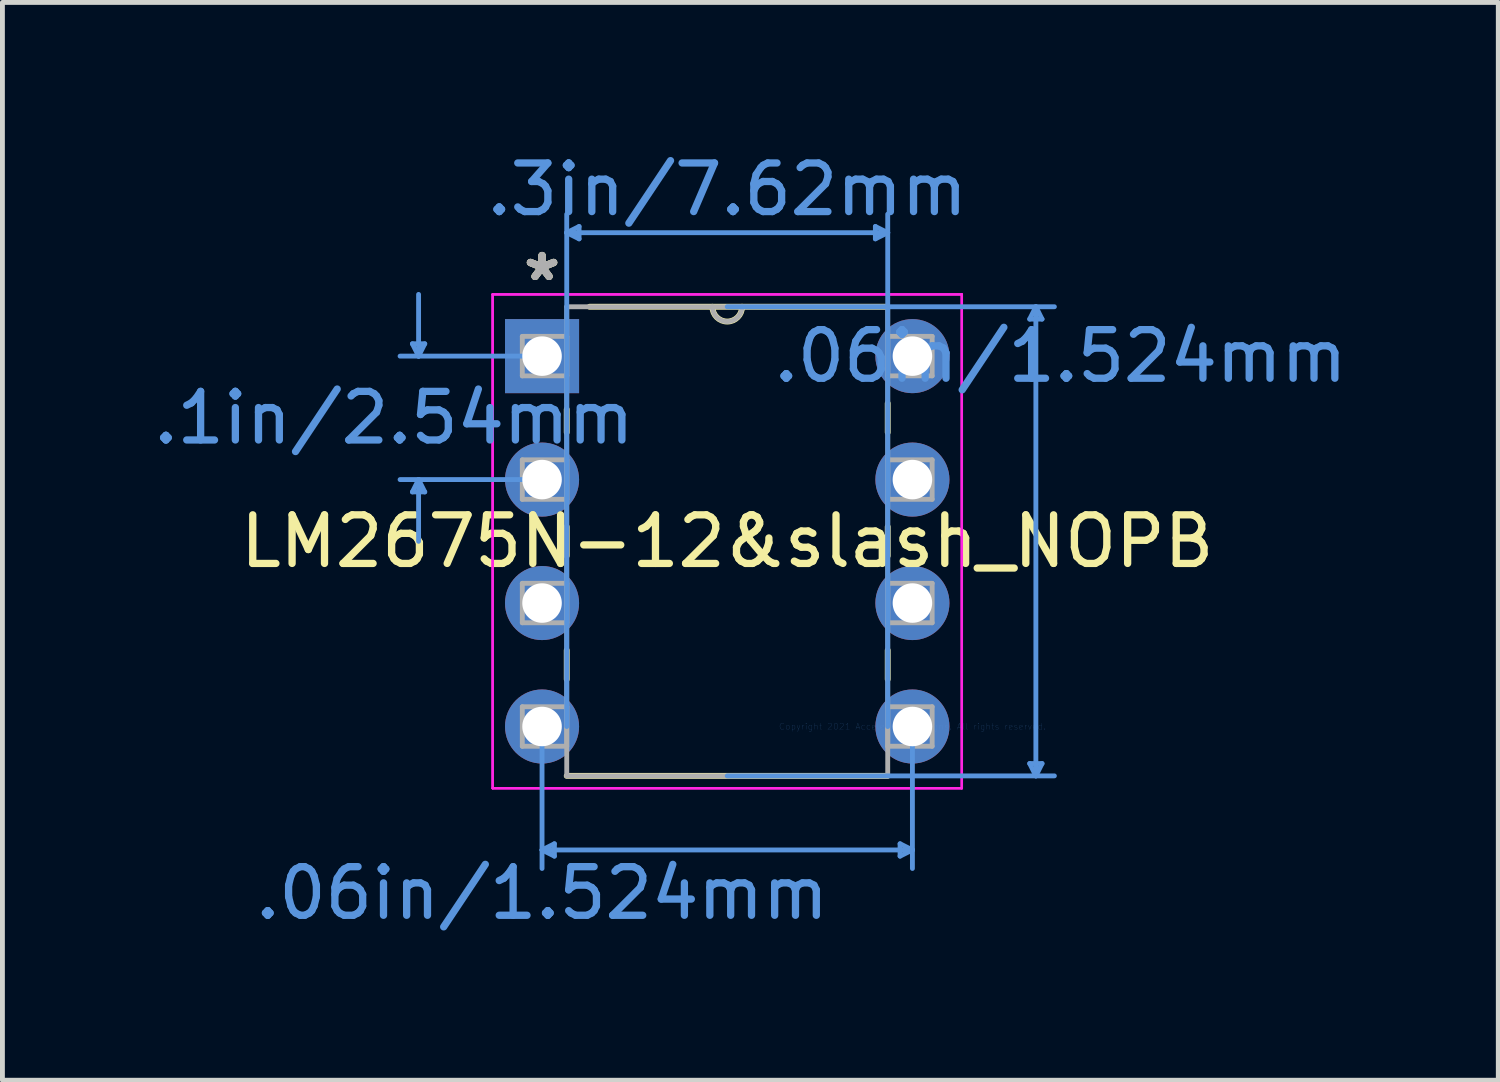
<source format=kicad_pcb>
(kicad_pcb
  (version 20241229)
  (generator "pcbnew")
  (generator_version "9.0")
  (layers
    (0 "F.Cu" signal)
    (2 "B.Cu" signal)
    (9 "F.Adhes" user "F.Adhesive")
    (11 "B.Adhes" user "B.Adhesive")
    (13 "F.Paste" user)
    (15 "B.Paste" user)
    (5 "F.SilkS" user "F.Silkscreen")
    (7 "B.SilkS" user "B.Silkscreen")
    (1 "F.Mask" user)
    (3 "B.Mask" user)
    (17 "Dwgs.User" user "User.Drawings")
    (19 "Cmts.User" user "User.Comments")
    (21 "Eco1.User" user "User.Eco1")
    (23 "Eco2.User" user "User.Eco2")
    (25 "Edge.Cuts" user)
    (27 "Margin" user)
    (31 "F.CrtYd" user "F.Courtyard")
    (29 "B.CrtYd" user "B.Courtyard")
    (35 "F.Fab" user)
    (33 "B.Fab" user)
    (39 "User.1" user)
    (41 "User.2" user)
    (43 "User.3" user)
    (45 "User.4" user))
  (footprint "LM2675N-12&slash_NOPB"
    (layer "F.Cu")
    (at 15.722 11.897)
    (property "Reference" "LM2675N-12&slash_NOPB" (at -3.81 -3.81 0) (layer "F.SilkS") (effects (font (size 1 1) (thickness 0.15))))
    (attr through_hole)
    (fp_line (start -7.112 -6.525) (end -7.112 -6.05) (stroke (width 0.12) (type solid)) (layer "F.SilkS"))
    (fp_line (start -7.112 -4.11) (end -7.112 -3.51) (stroke (width 0.12) (type solid)) (layer "F.SilkS"))
    (fp_line (start -7.112 -1.57) (end -7.112 -0.97) (stroke (width 0.12) (type solid)) (layer "F.SilkS"))
    (fp_line (start -7.112 1.016) (end -0.508 1.016) (stroke (width 0.12) (type solid)) (layer "F.SilkS"))
    (fp_line (start -0.508 -8.636) (end -6.643 -8.636) (stroke (width 0.12) (type solid)) (layer "F.SilkS"))
    (fp_line (start -0.508 -6.05) (end -0.508 -6.65) (stroke (width 0.12) (type solid)) (layer "F.SilkS"))
    (fp_line (start -0.508 -3.51) (end -0.508 -4.11) (stroke (width 0.12) (type solid)) (layer "F.SilkS"))
    (fp_line (start -0.508 -0.97) (end -0.508 -1.57) (stroke (width 0.12) (type solid)) (layer "F.SilkS"))
    (fp_arc (start -3.5052 -8.636) (mid -3.81 -8.3312) (end -4.1148 -8.636) (stroke (width 0.12) (type solid)) (layer "F.SilkS"))
    (fp_line (start -10.287 -7.874) (end -10.033 -7.874) (stroke (width 0.1) (type solid)) (layer "Cmts.User"))
    (fp_line (start -10.287 -4.826) (end -10.033 -4.826) (stroke (width 0.1) (type solid)) (layer "Cmts.User"))
    (fp_line (start -10.16 -7.62) (end -10.287 -7.874) (stroke (width 0.1) (type solid)) (layer "Cmts.User"))
    (fp_line (start -10.16 -7.62) (end -10.16 -8.89) (stroke (width 0.1) (type solid)) (layer "Cmts.User"))
    (fp_line (start -10.16 -7.62) (end -10.033 -7.874) (stroke (width 0.1) (type solid)) (layer "Cmts.User"))
    (fp_line (start -10.16 -5.08) (end -10.287 -4.826) (stroke (width 0.1) (type solid)) (layer "Cmts.User"))
    (fp_line (start -10.16 -5.08) (end -10.16 -3.81) (stroke (width 0.1) (type solid)) (layer "Cmts.User"))
    (fp_line (start -10.16 -5.08) (end -10.033 -4.826) (stroke (width 0.1) (type solid)) (layer "Cmts.User"))
    (fp_line (start -7.62 -7.62) (end -10.541 -7.62) (stroke (width 0.1) (type solid)) (layer "Cmts.User"))
    (fp_line (start -7.62 -5.08) (end -10.541 -5.08) (stroke (width 0.1) (type solid)) (layer "Cmts.User"))
    (fp_line (start -7.62 0) (end -7.62 2.921) (stroke (width 0.1) (type solid)) (layer "Cmts.User"))
    (fp_line (start -7.62 2.54) (end -7.366 2.413) (stroke (width 0.1) (type solid)) (layer "Cmts.User"))
    (fp_line (start -7.62 2.54) (end -7.366 2.667) (stroke (width 0.1) (type solid)) (layer "Cmts.User"))
    (fp_line (start -7.62 2.54) (end 0 2.54) (stroke (width 0.1) (type solid)) (layer "Cmts.User"))
    (fp_line (start -7.366 2.413) (end -7.366 2.667) (stroke (width 0.1) (type solid)) (layer "Cmts.User"))
    (fp_line (start -7.112 -10.16) (end -6.858 -10.287) (stroke (width 0.1) (type solid)) (layer "Cmts.User"))
    (fp_line (start -7.112 -10.16) (end -6.858 -10.033) (stroke (width 0.1) (type solid)) (layer "Cmts.User"))
    (fp_line (start -7.112 -10.16) (end -0.508 -10.16) (stroke (width 0.1) (type solid)) (layer "Cmts.User"))
    (fp_line (start -7.112 0) (end -7.112 -10.541) (stroke (width 0.1) (type solid)) (layer "Cmts.User"))
    (fp_line (start -6.858 -10.287) (end -6.858 -10.033) (stroke (width 0.1) (type solid)) (layer "Cmts.User"))
    (fp_line (start -3.81 -8.636) (end 2.921 -8.636) (stroke (width 0.1) (type solid)) (layer "Cmts.User"))
    (fp_line (start -3.81 1.016) (end 2.921 1.016) (stroke (width 0.1) (type solid)) (layer "Cmts.User"))
    (fp_line (start -0.762 -10.287) (end -0.762 -10.033) (stroke (width 0.1) (type solid)) (layer "Cmts.User"))
    (fp_line (start -0.508 -10.16) (end -0.762 -10.287) (stroke (width 0.1) (type solid)) (layer "Cmts.User"))
    (fp_line (start -0.508 -10.16) (end -0.762 -10.033) (stroke (width 0.1) (type solid)) (layer "Cmts.User"))
    (fp_line (start -0.508 0) (end -0.508 -10.541) (stroke (width 0.1) (type solid)) (layer "Cmts.User"))
    (fp_line (start -0.254 2.413) (end -0.254 2.667) (stroke (width 0.1) (type solid)) (layer "Cmts.User"))
    (fp_line (start 0 0) (end 0 2.921) (stroke (width 0.1) (type solid)) (layer "Cmts.User"))
    (fp_line (start 0 2.54) (end -0.254 2.413) (stroke (width 0.1) (type solid)) (layer "Cmts.User"))
    (fp_line (start 0 2.54) (end -0.254 2.667) (stroke (width 0.1) (type solid)) (layer "Cmts.User"))
    (fp_line (start 2.413 -8.382) (end 2.667 -8.382) (stroke (width 0.1) (type solid)) (layer "Cmts.User"))
    (fp_line (start 2.413 0.762) (end 2.667 0.762) (stroke (width 0.1) (type solid)) (layer "Cmts.User"))
    (fp_line (start 2.54 -8.636) (end 2.413 -8.382) (stroke (width 0.1) (type solid)) (layer "Cmts.User"))
    (fp_line (start 2.54 -8.636) (end 2.54 1.016) (stroke (width 0.1) (type solid)) (layer "Cmts.User"))
    (fp_line (start 2.54 -8.636) (end 2.667 -8.382) (stroke (width 0.1) (type solid)) (layer "Cmts.User"))
    (fp_line (start 2.54 1.016) (end 2.413 0.762) (stroke (width 0.1) (type solid)) (layer "Cmts.User"))
    (fp_line (start 2.54 1.016) (end 2.667 0.762) (stroke (width 0.1) (type solid)) (layer "Cmts.User"))
    (fp_line (start -8.636 -8.89) (end -8.636 1.27) (stroke (width 0.05) (type solid)) (layer "F.CrtYd"))
    (fp_line (start -8.636 -8.89) (end 1.016 -8.89) (stroke (width 0.05) (type solid)) (layer "F.CrtYd"))
    (fp_line (start -8.636 1.27) (end -8.636 -8.89) (stroke (width 0.05) (type solid)) (layer "F.CrtYd"))
    (fp_line (start -8.636 1.27) (end 1.016 1.27) (stroke (width 0.05) (type solid)) (layer "F.CrtYd"))
    (fp_line (start 1.016 -8.89) (end -8.636 -8.89) (stroke (width 0.05) (type solid)) (layer "F.CrtYd"))
    (fp_line (start 1.016 -8.89) (end 1.016 1.27) (stroke (width 0.05) (type solid)) (layer "F.CrtYd"))
    (fp_line (start 1.016 1.27) (end -8.636 1.27) (stroke (width 0.05) (type solid)) (layer "F.CrtYd"))
    (fp_line (start 1.016 1.27) (end 1.016 -8.89) (stroke (width 0.05) (type solid)) (layer "F.CrtYd"))
    (fp_line (start -8.026 -8.026) (end -8.026 -7.214) (stroke (width 0.1) (type solid)) (layer "F.Fab"))
    (fp_line (start -8.026 -7.214) (end -7.112 -7.214) (stroke (width 0.1) (type solid)) (layer "F.Fab"))
    (fp_line (start -8.026 -5.486) (end -8.026 -4.674) (stroke (width 0.1) (type solid)) (layer "F.Fab"))
    (fp_line (start -8.026 -4.674) (end -7.112 -4.674) (stroke (width 0.1) (type solid)) (layer "F.Fab"))
    (fp_line (start -8.026 -2.946) (end -8.026 -2.134) (stroke (width 0.1) (type solid)) (layer "F.Fab"))
    (fp_line (start -8.026 -2.134) (end -7.112 -2.134) (stroke (width 0.1) (type solid)) (layer "F.Fab"))
    (fp_line (start -8.026 -0.406) (end -8.026 0.406) (stroke (width 0.1) (type solid)) (layer "F.Fab"))
    (fp_line (start -8.026 0.406) (end -7.112 0.406) (stroke (width 0.1) (type solid)) (layer "F.Fab"))
    (fp_line (start -7.112 -8.636) (end -7.112 1.016) (stroke (width 0.1) (type solid)) (layer "F.Fab"))
    (fp_line (start -7.112 -8.026) (end -8.026 -8.026) (stroke (width 0.1) (type solid)) (layer "F.Fab"))
    (fp_line (start -7.112 -7.214) (end -7.112 -8.026) (stroke (width 0.1) (type solid)) (layer "F.Fab"))
    (fp_line (start -7.112 -5.486) (end -8.026 -5.486) (stroke (width 0.1) (type solid)) (layer "F.Fab"))
    (fp_line (start -7.112 -4.674) (end -7.112 -5.486) (stroke (width 0.1) (type solid)) (layer "F.Fab"))
    (fp_line (start -7.112 -2.946) (end -8.026 -2.946) (stroke (width 0.1) (type solid)) (layer "F.Fab"))
    (fp_line (start -7.112 -2.134) (end -7.112 -2.946) (stroke (width 0.1) (type solid)) (layer "F.Fab"))
    (fp_line (start -7.112 -0.406) (end -8.026 -0.406) (stroke (width 0.1) (type solid)) (layer "F.Fab"))
    (fp_line (start -7.112 0.406) (end -7.112 -0.406) (stroke (width 0.1) (type solid)) (layer "F.Fab"))
    (fp_line (start -7.112 1.016) (end -0.508 1.016) (stroke (width 0.1) (type solid)) (layer "F.Fab"))
    (fp_line (start -0.508 -8.636) (end -7.112 -8.636) (stroke (width 0.1) (type solid)) (layer "F.Fab"))
    (fp_line (start -0.508 -8.026) (end -0.508 -7.214) (stroke (width 0.1) (type solid)) (layer "F.Fab"))
    (fp_line (start -0.508 -7.214) (end 0.406 -7.214) (stroke (width 0.1) (type solid)) (layer "F.Fab"))
    (fp_line (start -0.508 -5.486) (end -0.508 -4.674) (stroke (width 0.1) (type solid)) (layer "F.Fab"))
    (fp_line (start -0.508 -4.674) (end 0.406 -4.674) (stroke (width 0.1) (type solid)) (layer "F.Fab"))
    (fp_line (start -0.508 -2.946) (end -0.508 -2.134) (stroke (width 0.1) (type solid)) (layer "F.Fab"))
    (fp_line (start -0.508 -2.134) (end 0.406 -2.134) (stroke (width 0.1) (type solid)) (layer "F.Fab"))
    (fp_line (start -0.508 -0.406) (end -0.508 0.406) (stroke (width 0.1) (type solid)) (layer "F.Fab"))
    (fp_line (start -0.508 0.406) (end 0.406 0.406) (stroke (width 0.1) (type solid)) (layer "F.Fab"))
    (fp_line (start -0.508 1.016) (end -0.508 -8.636) (stroke (width 0.1) (type solid)) (layer "F.Fab"))
    (fp_line (start 0.406 -8.026) (end -0.508 -8.026) (stroke (width 0.1) (type solid)) (layer "F.Fab"))
    (fp_line (start 0.406 -7.214) (end 0.406 -8.026) (stroke (width 0.1) (type solid)) (layer "F.Fab"))
    (fp_line (start 0.406 -5.486) (end -0.508 -5.486) (stroke (width 0.1) (type solid)) (layer "F.Fab"))
    (fp_line (start 0.406 -4.674) (end 0.406 -5.486) (stroke (width 0.1) (type solid)) (layer "F.Fab"))
    (fp_line (start 0.406 -2.946) (end -0.508 -2.946) (stroke (width 0.1) (type solid)) (layer "F.Fab"))
    (fp_line (start 0.406 -2.134) (end 0.406 -2.946) (stroke (width 0.1) (type solid)) (layer "F.Fab"))
    (fp_line (start 0.406 -0.406) (end -0.508 -0.406) (stroke (width 0.1) (type solid)) (layer "F.Fab"))
    (fp_line (start 0.406 0.406) (end 0.406 -0.406) (stroke (width 0.1) (type solid)) (layer "F.Fab"))
    (fp_arc (start -3.5052 -8.636) (mid -3.81 -8.3312) (end -4.1148 -8.636) (stroke (width 0.1) (type solid)) (layer "F.Fab"))
    (fp_text user "*" (at -7.62 -9.144 0) (layer "F.SilkS") (effects (font (size 1 1) (thickness 0.15))))
    (fp_text user "*" (at -7.62 -9.144 0) (layer "F.SilkS") (effects (font (size 1 1) (thickness 0.15))))
    (fp_text user ".1in/2.54mm" (at -10.668 -6.35 0) (layer "Cmts.User") (effects (font (size 1 1) (thickness 0.15))))
    (fp_text user "Copyright 2021 Accelerated Designs. All rights reserved." (at 0 0 0) (layer "Cmts.User") (effects (font (size 0.127 0.127) (thickness 0.002))))
    (fp_text user ".06in/1.524mm" (at 3.048 -7.62 0) (layer "Cmts.User") (effects (font (size 1 1) (thickness 0.15))))
    (fp_text user ".3in/7.62mm" (at -3.81 -11.049 0) (layer "Cmts.User") (effects (font (size 1 1) (thickness 0.15))))
    (fp_text user ".06in/1.524mm" (at -7.62 3.429 0) (layer "Cmts.User") (effects (font (size 1 1) (thickness 0.15))))
    (fp_text user "*" (at -7.62 -9.144 0) (layer "F.Fab") (effects (font (size 1 1) (thickness 0.15))))
    (fp_text user "*" (at -7.62 -9.144 0) (layer "F.Fab") (effects (font (size 1 1) (thickness 0.15))))
    (pad "1" thru_hole rect (at -7.62 -7.62) (size 1.524 1.524) (drill 0.813) (layers "*.Cu" "*.Mask"))
    (pad "2" thru_hole circle (at -7.62 -5.08) (size 1.524 1.524) (drill 0.813) (layers "*.Cu" "*.Mask"))
    (pad "3" thru_hole circle (at -7.62 -2.54) (size 1.524 1.524) (drill 0.813) (layers "*.Cu" "*.Mask"))
    (pad "4" thru_hole circle (at -7.62 0) (size 1.524 1.524) (drill 0.813) (layers "*.Cu" "*.Mask"))
    (pad "5" thru_hole circle (at 0 0) (size 1.524 1.524) (drill 0.813) (layers "*.Cu" "*.Mask"))
    (pad "6" thru_hole circle (at 0 -2.54) (size 1.524 1.524) (drill 0.813) (layers "*.Cu" "*.Mask"))
    (pad "7" thru_hole circle (at 0 -5.08) (size 1.524 1.524) (drill 0.813) (layers "*.Cu" "*.Mask"))
    (pad "8" thru_hole circle (at 0 -7.62) (size 1.524 1.524) (drill 0.813) (layers "*.Cu" "*.Mask")))
  (gr_rect
    (start -3 -3)
    (end 27.776 19.174)
    (stroke (width 0.1) (type default))
    (fill no)
    (layer "Edge.Cuts")))
</source>
